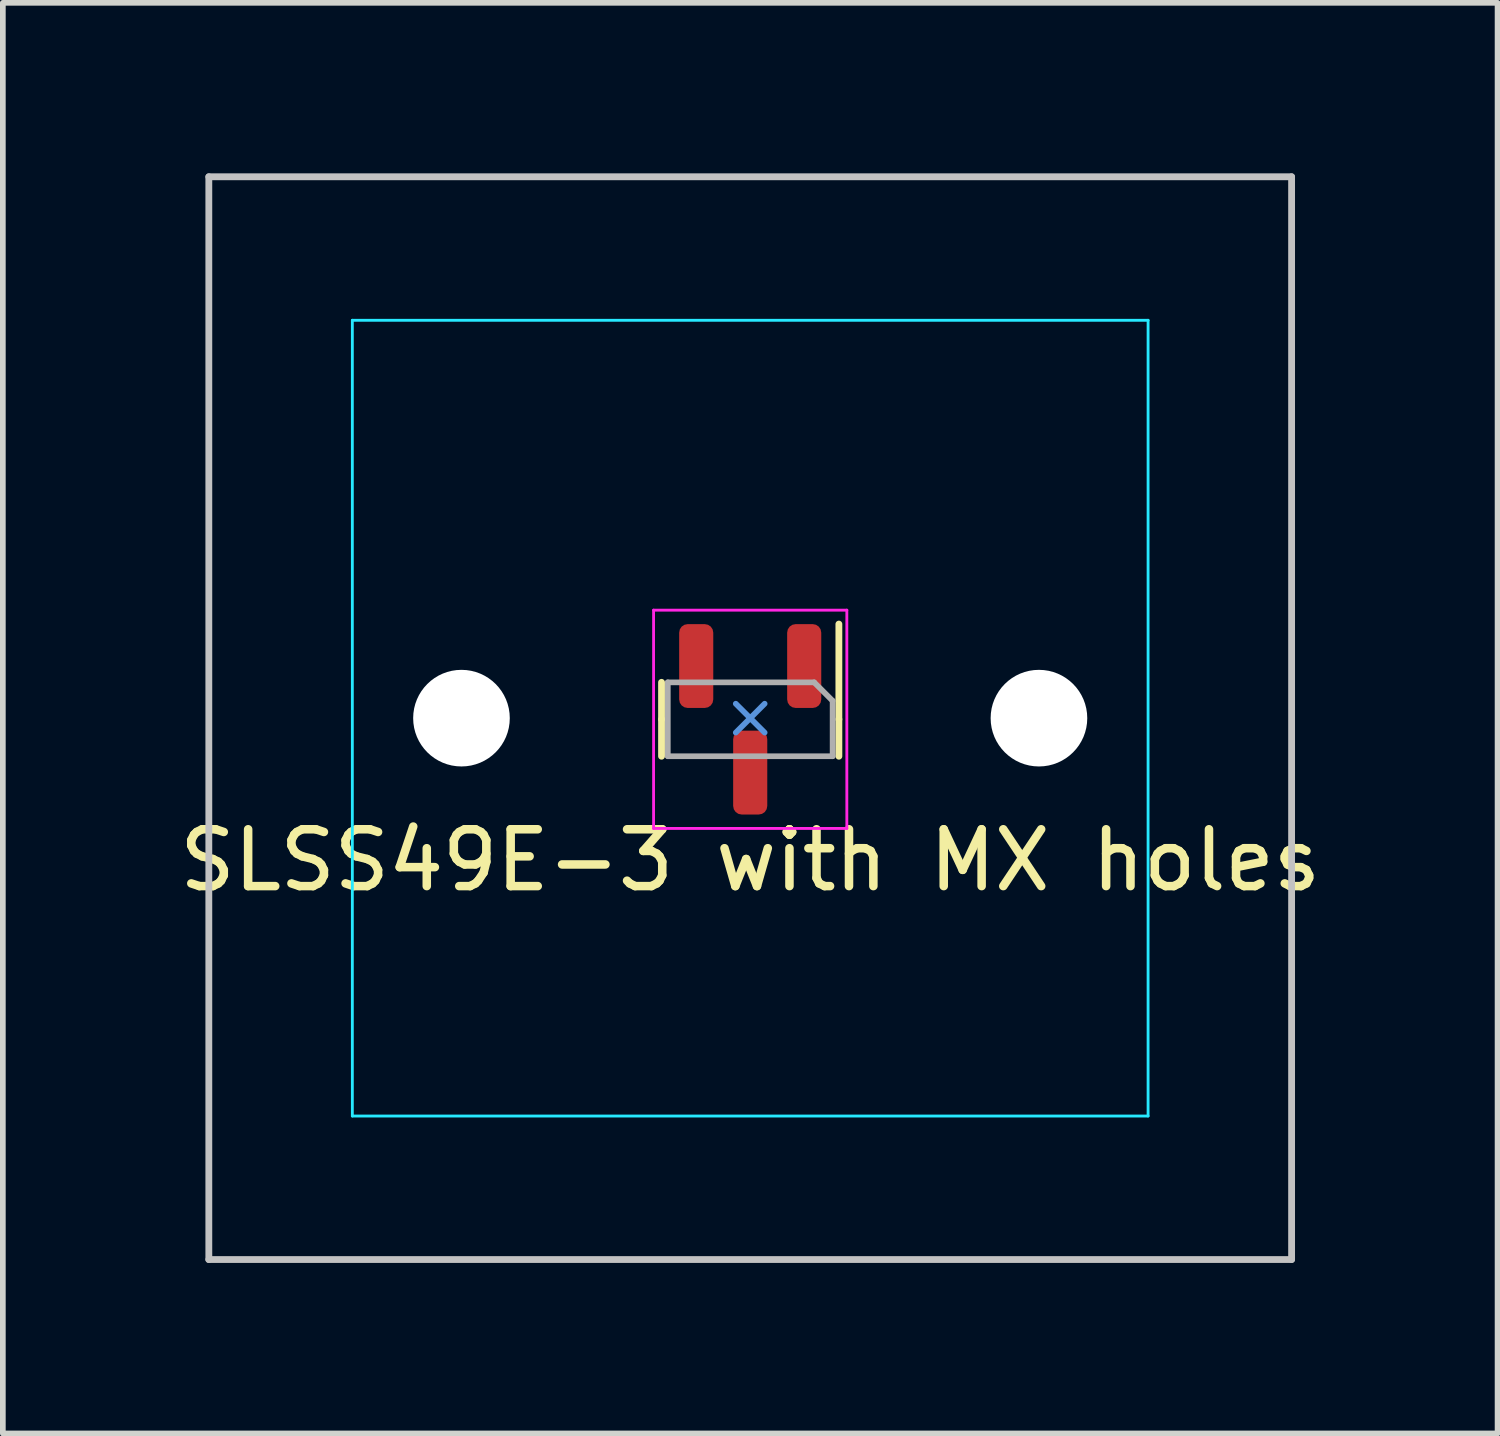
<source format=kicad_pcb>
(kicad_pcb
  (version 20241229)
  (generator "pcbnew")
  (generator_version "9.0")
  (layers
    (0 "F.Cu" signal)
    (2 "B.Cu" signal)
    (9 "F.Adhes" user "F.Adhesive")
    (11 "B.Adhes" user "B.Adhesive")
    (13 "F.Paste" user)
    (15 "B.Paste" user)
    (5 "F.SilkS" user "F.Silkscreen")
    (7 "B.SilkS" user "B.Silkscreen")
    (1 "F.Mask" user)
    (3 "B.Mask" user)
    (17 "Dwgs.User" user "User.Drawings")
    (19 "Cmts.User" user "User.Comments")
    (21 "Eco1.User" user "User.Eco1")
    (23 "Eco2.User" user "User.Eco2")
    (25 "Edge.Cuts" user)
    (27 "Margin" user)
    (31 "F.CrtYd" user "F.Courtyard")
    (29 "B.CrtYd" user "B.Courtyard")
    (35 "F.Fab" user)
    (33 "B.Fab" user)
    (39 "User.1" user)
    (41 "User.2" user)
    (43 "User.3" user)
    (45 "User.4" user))
  (footprint "SLSS49E-3 with MX holes"
    (layer "F.Cu")
    (at 10.149 9.585)
    (property "Reference" "SLSS49E-3 with MX holes" (at 0 2.5 0) (unlocked yes) (layer "F.SilkS") (effects (font (size 1 1) (thickness 0.15))))
    (attr smd)
    (fp_line (start -1.56 0.02) (end -1.56 -0.63) (stroke (width 0.12) (type solid)) (layer "F.SilkS"))
    (fp_line (start -1.56 0.02) (end -1.56 0.67) (stroke (width 0.12) (type solid)) (layer "F.SilkS"))
    (fp_line (start 1.56 0.02) (end 1.56 -1.655) (stroke (width 0.12) (type solid)) (layer "F.SilkS"))
    (fp_line (start 1.56 0.02) (end 1.56 0.67) (stroke (width 0.12) (type solid)) (layer "F.SilkS"))
    (fp_line (start -9.525 -9.525) (end -9.525 9.525) (stroke (width 0.12) (type solid)) (layer "Dwgs.User"))
    (fp_line (start -9.525 9.525) (end 9.525 9.525) (stroke (width 0.12) (type solid)) (layer "Dwgs.User"))
    (fp_line (start 9.525 -9.525) (end -9.525 -9.525) (stroke (width 0.12) (type solid)) (layer "Dwgs.User"))
    (fp_line (start 9.525 9.525) (end 9.525 -9.525) (stroke (width 0.12) (type solid)) (layer "Dwgs.User"))
    (fp_line (start -0.254 -0.254) (end 0.254 0.254) (stroke (width 0.1) (type default)) (layer "Cmts.User"))
    (fp_line (start -0.254 0.254) (end 0.254 -0.254) (stroke (width 0.1) (type default)) (layer "Cmts.User"))
    (fp_line (start -7 6.5) (end -7 -6.5) (stroke (width 0.05) (type solid)) (layer "Eco2.User"))
    (fp_line (start -6.5 -7) (end 6.5 -7) (stroke (width 0.05) (type solid)) (layer "Eco2.User"))
    (fp_line (start 6.5 7) (end -6.5 7) (stroke (width 0.05) (type solid)) (layer "Eco2.User"))
    (fp_line (start 7 -6.5) (end 7 6.5) (stroke (width 0.05) (type solid)) (layer "Eco2.User"))
    (fp_arc (start -7 -6.5) (mid -6.853553 -6.853553) (end -6.5 -7) (stroke (width 0.05) (type solid)) (layer "Eco2.User"))
    (fp_arc (start -6.5 7) (mid -6.853553 6.853553) (end -7 6.5) (stroke (width 0.05) (type solid)) (layer "Eco2.User"))
    (fp_arc (start 6.5 -7) (mid 6.853553 -6.853553) (end 7 -6.5) (stroke (width 0.05) (type solid)) (layer "Eco2.User"))
    (fp_arc (start 6.997236 6.498884) (mid 6.850806 6.852455) (end 6.497236 6.998884) (stroke (width 0.05) (type solid)) (layer "Eco2.User"))
    (fp_line (start -7 -7) (end 7 -7) (stroke (width 0.05) (type solid)) (layer "B.CrtYd"))
    (fp_line (start -7 7) (end -7 -7) (stroke (width 0.05) (type solid)) (layer "B.CrtYd"))
    (fp_line (start 7 -7) (end 7 7) (stroke (width 0.05) (type solid)) (layer "B.CrtYd"))
    (fp_line (start 7 7) (end -7 7) (stroke (width 0.05) (type solid)) (layer "B.CrtYd"))
    (fp_line (start -1.7 -1.9) (end -1.7 1.94) (stroke (width 0.05) (type solid)) (layer "F.CrtYd"))
    (fp_line (start -1.7 1.94) (end 1.7 1.94) (stroke (width 0.05) (type solid)) (layer "F.CrtYd"))
    (fp_line (start 1.7 -1.9) (end -1.7 -1.9) (stroke (width 0.05) (type solid)) (layer "F.CrtYd"))
    (fp_line (start 1.7 1.94) (end 1.7 -1.9) (stroke (width 0.05) (type solid)) (layer "F.CrtYd"))
    (fp_line (start -1.45 -0.63) (end 1.125 -0.63) (stroke (width 0.1) (type solid)) (layer "F.Fab"))
    (fp_line (start -1.45 0.67) (end -1.45 -0.63) (stroke (width 0.1) (type solid)) (layer "F.Fab"))
    (fp_line (start 1.125 -0.63) (end 1.45 -0.305) (stroke (width 0.1) (type solid)) (layer "F.Fab"))
    (fp_line (start 1.45 -0.305) (end 1.45 0.67) (stroke (width 0.1) (type solid)) (layer "F.Fab"))
    (fp_line (start 1.45 0.67) (end -1.45 0.67) (stroke (width 0.1) (type solid)) (layer "F.Fab"))
    (pad "" np_thru_hole circle (at -5.08 0) (size 1.7 1.7) (drill 1.75) (layers "*.Cu" "*.Mask"))
    (pad "" np_thru_hole circle (at 5.08 0) (size 1.7 1.7) (drill 1.75) (layers "*.Cu" "*.Mask"))
    (pad "1" smd roundrect (at 0.95 -0.917 270) (size 1.475 0.6) (layers "F.Cu" "F.Mask" "F.Paste") (roundrect_rratio 0.25))
    (pad "2" smd roundrect (at 0 0.958 270) (size 1.475 0.6) (layers "F.Cu" "F.Mask" "F.Paste") (roundrect_rratio 0.25))
    (pad "3" smd roundrect (at -0.95 -0.917 270) (size 1.475 0.6) (layers "F.Cu" "F.Mask" "F.Paste") (roundrect_rratio 0.25))
    (zone (net_name "") (layers "F.Cu" "B.Cu") (name "KEEP OUT") (hatch edge 0.5) (connect_pads) (min_thickness 0.25) (filled_areas_thickness no) (keepout (tracks allowed) (vias allowed) (pads allowed) (copperpour not_allowed) (footprints allowed)) (placement (enabled no)) (fill) (polygon (pts (xy 9.514 7.934) (xy 8.498 8.95) (xy 8.498 10.22) (xy 9.514 11.236) (xy 10.784 11.236) (xy 11.8 10.22) (xy 11.8 8.95) (xy 10.784 7.934)))))
  (gr_rect
    (start -3 -3)
    (end 23.298 22.17)
    (stroke (width 0.1) (type default))
    (fill no)
    (layer "Edge.Cuts")))
</source>
